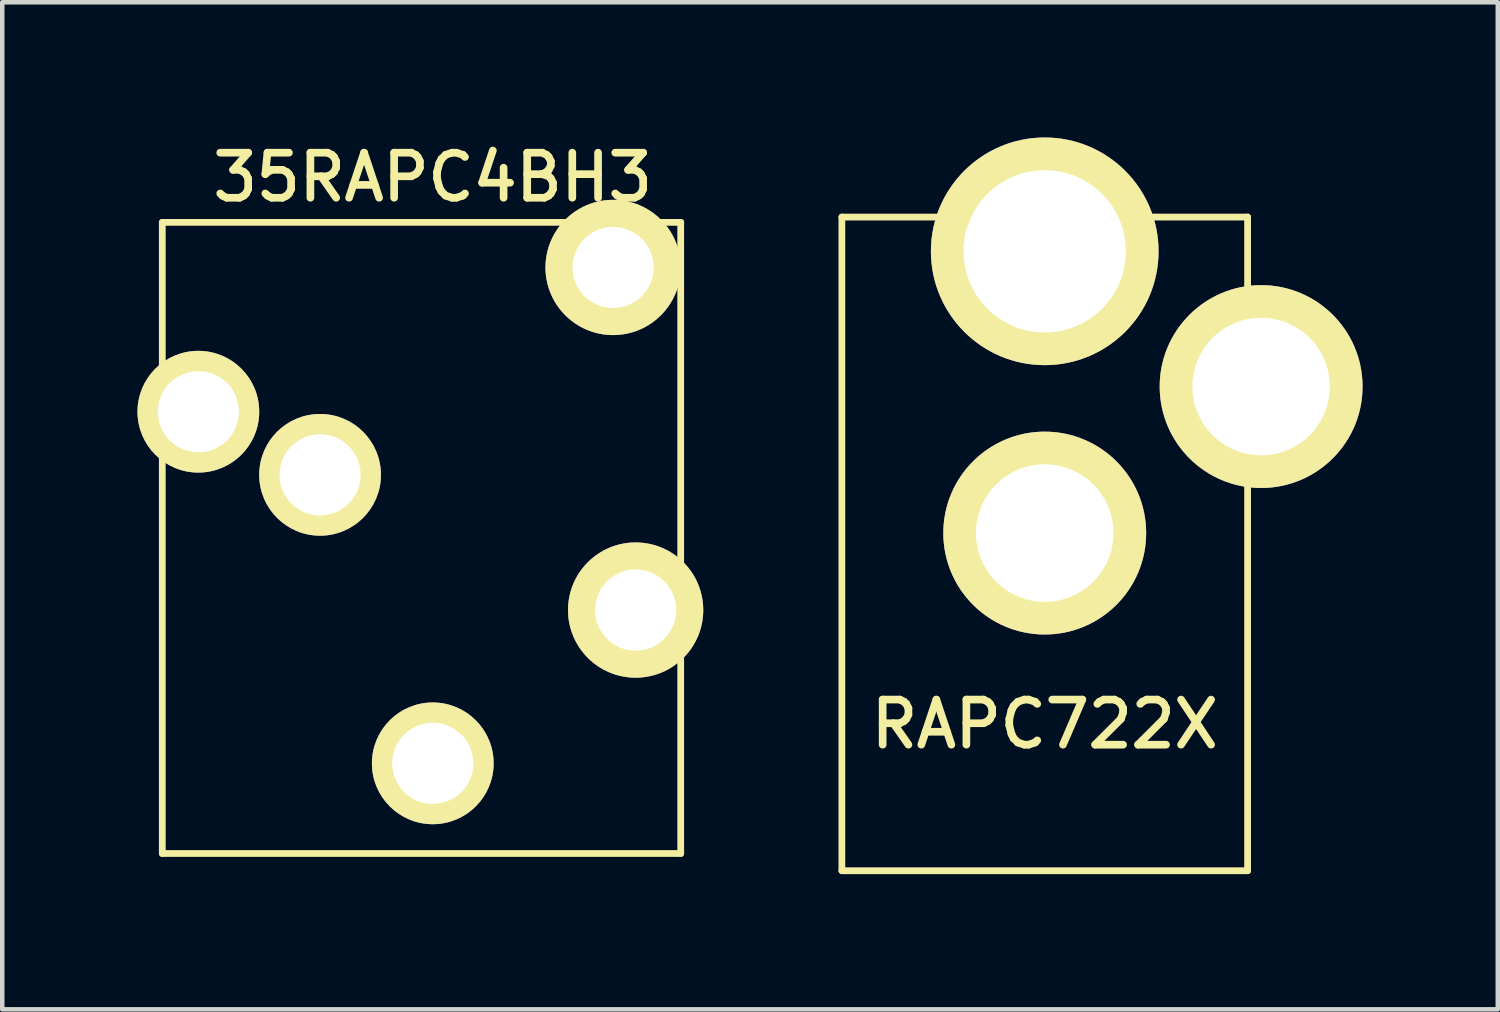
<source format=kicad_pcb>
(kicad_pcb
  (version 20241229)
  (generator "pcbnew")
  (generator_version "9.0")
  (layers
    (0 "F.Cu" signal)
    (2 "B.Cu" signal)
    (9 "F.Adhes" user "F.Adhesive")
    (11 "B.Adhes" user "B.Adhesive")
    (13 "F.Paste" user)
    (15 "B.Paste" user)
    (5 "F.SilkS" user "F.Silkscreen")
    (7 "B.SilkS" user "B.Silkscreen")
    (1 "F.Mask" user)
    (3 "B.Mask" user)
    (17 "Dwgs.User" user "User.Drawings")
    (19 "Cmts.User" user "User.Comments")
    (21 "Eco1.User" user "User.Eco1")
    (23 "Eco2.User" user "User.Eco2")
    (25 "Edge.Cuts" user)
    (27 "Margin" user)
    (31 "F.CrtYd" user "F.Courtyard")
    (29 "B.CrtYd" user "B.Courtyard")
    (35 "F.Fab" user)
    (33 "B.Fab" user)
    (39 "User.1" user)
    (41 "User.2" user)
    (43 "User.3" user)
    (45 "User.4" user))
  (footprint "35RAPC4BH3"
    (layer "F.Cu")
    (at 6.55 15.883)
    (property "Reference" "35RAPC4BH3" (at 0 -15 0) (layer "F.SilkS") (effects (font (size 1 1) (thickness 0.17))))
    (attr through_hole)
    (fp_line (start -6 -14) (end 5.5 -14) (stroke (width 0.15) (type solid)) (layer "F.SilkS"))
    (fp_line (start -6 0) (end -6 -14) (stroke (width 0.15) (type solid)) (layer "F.SilkS"))
    (fp_line (start 5.5 -14) (end 5.5 0) (stroke (width 0.15) (type solid)) (layer "F.SilkS"))
    (fp_line (start 5.5 0) (end -6 0) (stroke (width 0.15) (type solid)) (layer "F.SilkS"))
    (pad "1" thru_hole circle (at 0 -2) (size 2.7 2.7) (drill 1.8) (layers "*.Cu" "*.Mask" "F.SilkS"))
    (pad "2" thru_hole circle (at -5.2 -9.8) (size 2.7 2.7) (drill 1.8) (layers "*.Cu" "*.Mask" "F.SilkS"))
    (pad "3" thru_hole circle (at -2.5 -8.4) (size 2.7 2.7) (drill 1.8) (layers "*.Cu" "*.Mask" "F.SilkS"))
    (pad "4" thru_hole circle (at 4 -13) (size 3 3) (drill 1.8) (layers "*.Cu" "*.Mask" "F.SilkS"))
    (pad "5" thru_hole circle (at 4.5 -5.4) (size 3 3) (drill 1.8) (layers "*.Cu" "*.Mask" "F.SilkS")))
  (footprint "RAPC722X"
    (layer "F.Cu")
    (at 20.125 9.015)
    (property "Reference" "RAPC722X" (at 0 4 0) (layer "F.SilkS") (effects (font (size 1 1) (thickness 0.17))))
    (attr through_hole)
    (fp_line (start -4.5 -7.25) (end -4.5 7.25) (stroke (width 0.15) (type solid)) (layer "F.SilkS"))
    (fp_line (start -4.5 7.25) (end 4.5 7.25) (stroke (width 0.15) (type solid)) (layer "F.SilkS"))
    (fp_line (start 4.5 -7.25) (end -4.5 -7.25) (stroke (width 0.15) (type solid)) (layer "F.SilkS"))
    (fp_line (start 4.5 7.25) (end 4.5 -7.25) (stroke (width 0.15) (type solid)) (layer "F.SilkS"))
    (pad "1" thru_hole circle (at 0 -6.49) (size 5.05 5.05) (drill 3.6) (layers "*.Cu" "*.Mask" "F.SilkS"))
    (pad "2" thru_hole circle (at 0 -0.24) (size 4.5 4.5) (drill 3.05) (layers "*.Cu" "*.Mask" "F.SilkS"))
    (pad "3" thru_hole circle (at 4.8 -3.49) (size 4.5 4.5) (drill 3.05) (layers "*.Cu" "*.Mask" "F.SilkS")))
  (gr_rect
    (start -3 -3)
    (end 30.175 19.34)
    (stroke (width 0.1) (type default))
    (fill no)
    (layer "Edge.Cuts")))
</source>
